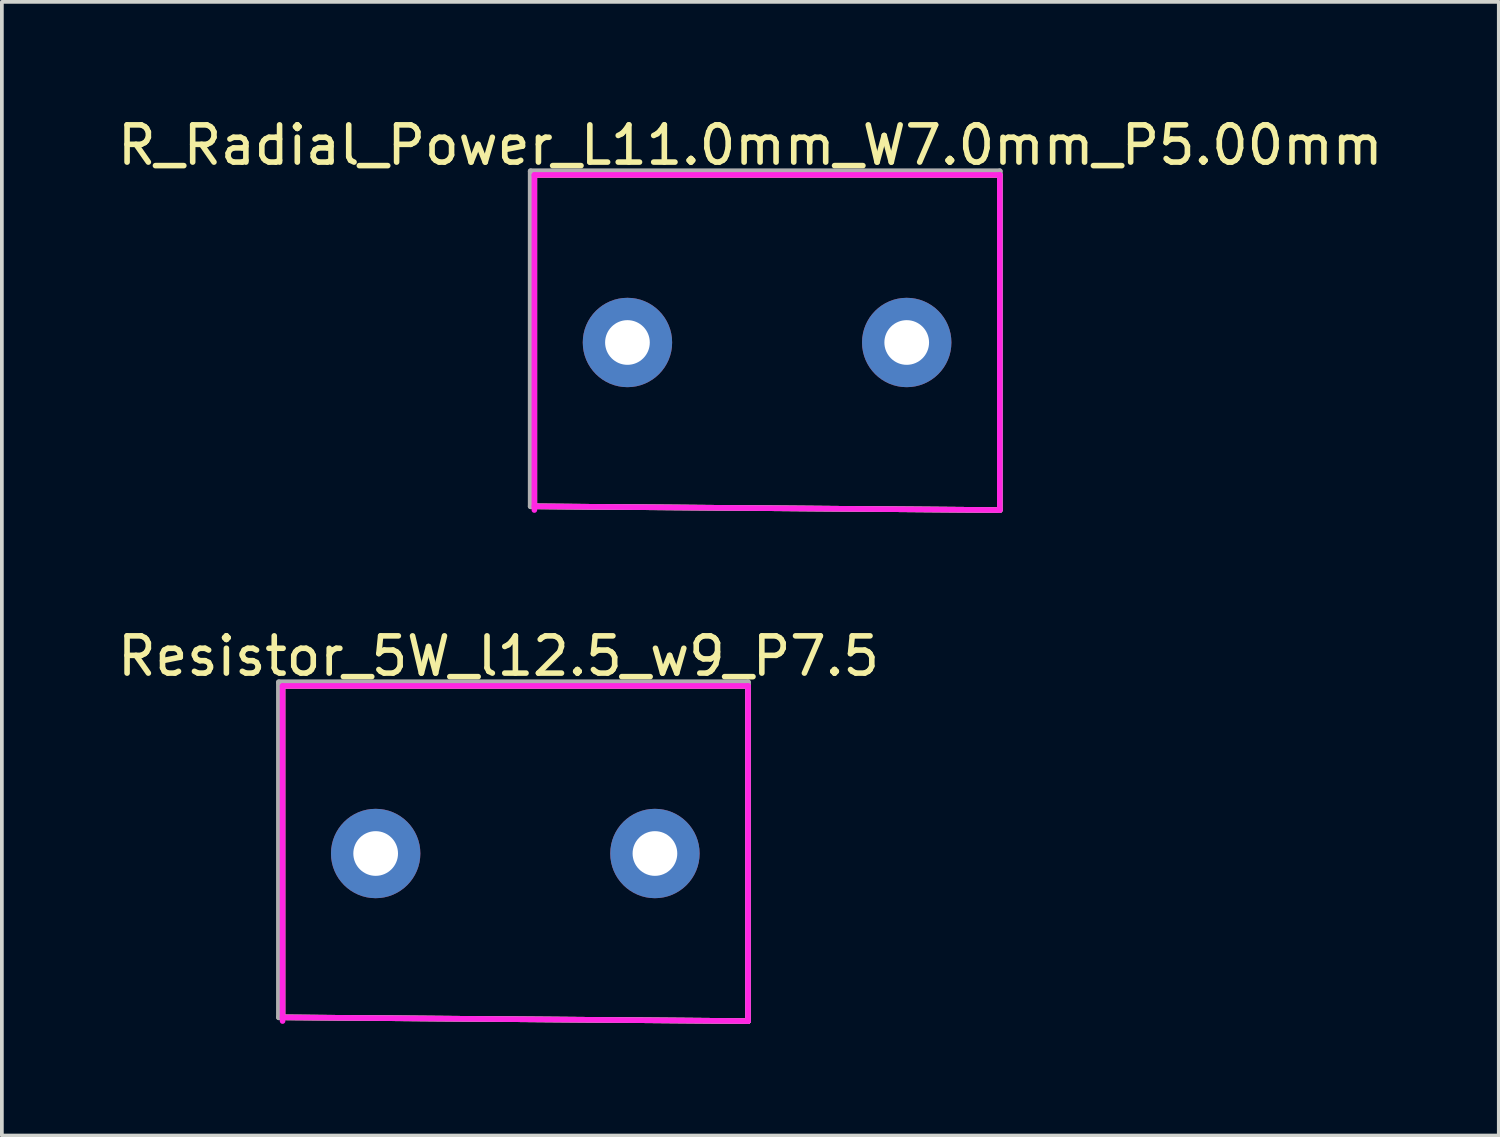
<source format=kicad_pcb>
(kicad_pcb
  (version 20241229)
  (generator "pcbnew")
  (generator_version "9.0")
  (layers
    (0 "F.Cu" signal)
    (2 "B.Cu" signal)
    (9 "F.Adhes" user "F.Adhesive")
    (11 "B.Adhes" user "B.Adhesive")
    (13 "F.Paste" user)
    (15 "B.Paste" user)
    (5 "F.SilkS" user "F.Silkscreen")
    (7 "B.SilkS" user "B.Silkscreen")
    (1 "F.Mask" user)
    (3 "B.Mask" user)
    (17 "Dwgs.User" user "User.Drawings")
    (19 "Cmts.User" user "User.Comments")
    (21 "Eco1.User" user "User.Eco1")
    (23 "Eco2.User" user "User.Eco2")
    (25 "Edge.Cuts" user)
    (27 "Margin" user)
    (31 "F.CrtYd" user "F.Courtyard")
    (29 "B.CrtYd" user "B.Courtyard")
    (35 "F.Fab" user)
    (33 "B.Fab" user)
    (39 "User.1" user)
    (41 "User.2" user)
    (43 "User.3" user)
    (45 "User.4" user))
  (footprint "R_Radial_Power_L11.0mm_W7.0mm_P5.00mm"
    (layer "F.Cu")
    (at 13.801 6.148)
    (property "Reference" "R_Radial_Power_L11.0mm_W7.0mm_P5.00mm" (at 3.3 -5.3 0) (layer "F.SilkS") (effects (font (size 1 1) (thickness 0.15))))
    (attr through_hole)
    (fp_line (start -2.5 -4.5) (end 10 -4.5) (stroke (width 0.15) (type solid)) (layer "F.SilkS"))
    (fp_line (start -2.5 4.4) (end -2.5 -4.5) (stroke (width 0.15) (type solid)) (layer "F.SilkS"))
    (fp_line (start 10 -4.5) (end 10 4.5) (stroke (width 0.15) (type solid)) (layer "F.SilkS"))
    (fp_line (start 10 4.5) (end -2.5 4.4) (stroke (width 0.15) (type solid)) (layer "F.SilkS"))
    (fp_line (start -2.5 -4.5) (end 10 -4.5) (stroke (width 0.15) (type solid)) (layer "F.CrtYd"))
    (fp_line (start -2.5 4.5) (end -2.5 -4.5) (stroke (width 0.15) (type solid)) (layer "F.CrtYd"))
    (fp_line (start 10 -4.5) (end 10 4.5) (stroke (width 0.15) (type solid)) (layer "F.CrtYd"))
    (fp_line (start 10 4.5) (end -2.5 4.4) (stroke (width 0.15) (type solid)) (layer "F.CrtYd"))
    (fp_line (start -2.6 -4.6) (end 10 -4.6) (stroke (width 0.15) (type solid)) (layer "F.Fab"))
    (fp_line (start -2.6 4.4) (end -2.6 -4.6) (stroke (width 0.15) (type solid)) (layer "F.Fab"))
    (fp_line (start 10 -4.6) (end 10 4.5) (stroke (width 0.15) (type solid)) (layer "F.Fab"))
    (fp_line (start 10 4.5) (end -2.6 4.4) (stroke (width 0.15) (type solid)) (layer "F.Fab"))
    (pad "1" thru_hole circle (at 0 0) (size 2.4 2.4) (drill 1.2) (layers "*.Cu" "*.Mask"))
    (pad "2" thru_hole circle (at 7.5 0) (size 2.4 2.4) (drill 1.2) (layers "*.Cu" "*.Mask")))
  (footprint "Resistor_5W_l12.5_w9_P7.5"
    (layer "F.Cu")
    (at 7.039 19.872)
    (property "Reference" "Resistor_5W_l12.5_w9_P7.5" (at 3.3 -5.3 0) (layer "F.SilkS") (effects (font (size 1 1) (thickness 0.15))))
    (attr through_hole)
    (fp_line (start -2.5 -4.5) (end 10 -4.5) (stroke (width 0.15) (type solid)) (layer "F.SilkS"))
    (fp_line (start -2.5 4.4) (end -2.5 -4.5) (stroke (width 0.15) (type solid)) (layer "F.SilkS"))
    (fp_line (start 10 -4.5) (end 10 4.5) (stroke (width 0.15) (type solid)) (layer "F.SilkS"))
    (fp_line (start 10 4.5) (end -2.5 4.4) (stroke (width 0.15) (type solid)) (layer "F.SilkS"))
    (fp_line (start -2.5 -4.5) (end 10 -4.5) (stroke (width 0.15) (type solid)) (layer "F.CrtYd"))
    (fp_line (start -2.5 4.5) (end -2.5 -4.5) (stroke (width 0.15) (type solid)) (layer "F.CrtYd"))
    (fp_line (start 10 -4.5) (end 10 4.5) (stroke (width 0.15) (type solid)) (layer "F.CrtYd"))
    (fp_line (start 10 4.5) (end -2.5 4.4) (stroke (width 0.15) (type solid)) (layer "F.CrtYd"))
    (fp_line (start -2.6 -4.6) (end 10 -4.6) (stroke (width 0.15) (type solid)) (layer "F.Fab"))
    (fp_line (start -2.6 4.4) (end -2.6 -4.6) (stroke (width 0.15) (type solid)) (layer "F.Fab"))
    (fp_line (start 10 -4.6) (end 10 4.5) (stroke (width 0.15) (type solid)) (layer "F.Fab"))
    (fp_line (start 10 4.5) (end -2.6 4.4) (stroke (width 0.15) (type solid)) (layer "F.Fab"))
    (pad "1" thru_hole circle (at 0 0) (size 2.4 2.4) (drill 1.2) (layers "*.Cu" "*.Mask"))
    (pad "2" thru_hole circle (at 7.5 0) (size 2.4 2.4) (drill 1.2) (layers "*.Cu" "*.Mask")))
  (gr_rect
    (start -3 -3)
    (end 37.202 27.447)
    (stroke (width 0.1) (type default))
    (fill no)
    (layer "Edge.Cuts")))
</source>
